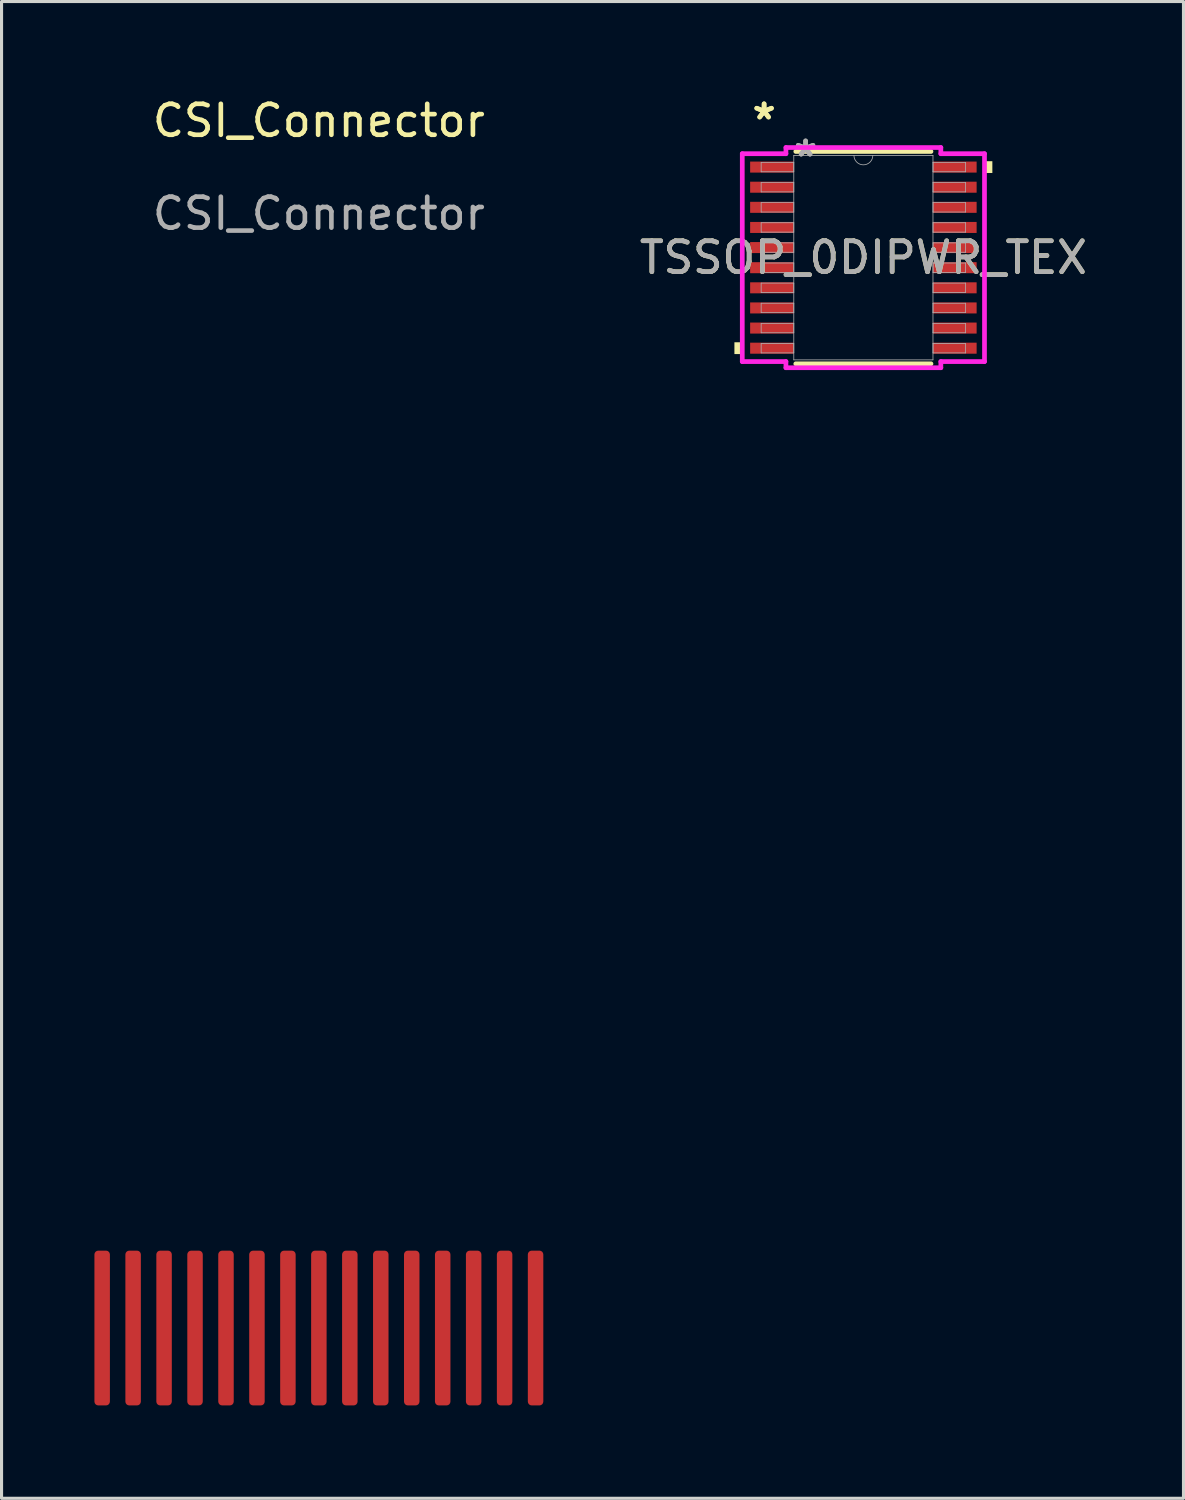
<source format=kicad_pcb>
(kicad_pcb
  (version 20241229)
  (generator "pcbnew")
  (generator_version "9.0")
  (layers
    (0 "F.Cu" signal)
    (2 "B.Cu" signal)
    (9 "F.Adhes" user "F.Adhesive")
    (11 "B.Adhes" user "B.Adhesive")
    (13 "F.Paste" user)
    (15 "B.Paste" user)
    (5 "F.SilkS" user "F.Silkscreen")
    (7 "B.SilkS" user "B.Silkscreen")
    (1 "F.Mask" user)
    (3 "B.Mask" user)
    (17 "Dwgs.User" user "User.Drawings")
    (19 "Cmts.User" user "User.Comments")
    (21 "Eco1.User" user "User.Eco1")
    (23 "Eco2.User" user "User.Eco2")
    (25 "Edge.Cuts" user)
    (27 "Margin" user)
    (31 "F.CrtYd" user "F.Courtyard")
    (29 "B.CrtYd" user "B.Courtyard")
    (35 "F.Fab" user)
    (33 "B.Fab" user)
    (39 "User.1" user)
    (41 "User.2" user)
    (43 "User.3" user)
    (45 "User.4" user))
  (footprint "CSI_Connector"
    (layer "F.Cu")
    (at 7.25 39.848)
    (property "Reference" "CSI_Connector" (at 0 -39 0) (unlocked yes) (layer "F.SilkS") (effects (font (size 1 1) (thickness 0.15))))
    (attr smd)
    (fp_text user "${REFERENCE}" (at 0 -36 0) (unlocked yes) (layer "F.Fab") (effects (font (size 1 1) (thickness 0.15))))
    (pad "1" smd roundrect (at -7 0) (size 0.5 5) (layers "F.Cu" "F.Mask" "F.Paste") (roundrect_rratio 0.25))
    (pad "1" smd roundrect (at -6 0) (size 0.5 5) (layers "F.Cu" "F.Mask" "F.Paste") (roundrect_rratio 0.25))
    (pad "1" smd roundrect (at -5 0) (size 0.5 5) (layers "F.Cu" "F.Mask" "F.Paste") (roundrect_rratio 0.25))
    (pad "1" smd roundrect (at -4 0) (size 0.5 5) (layers "F.Cu" "F.Mask" "F.Paste") (roundrect_rratio 0.25))
    (pad "1" smd roundrect (at -3 0) (size 0.5 5) (layers "F.Cu" "F.Mask" "F.Paste") (roundrect_rratio 0.25))
    (pad "1" smd roundrect (at -2 0) (size 0.5 5) (layers "F.Cu" "F.Mask" "F.Paste") (roundrect_rratio 0.25))
    (pad "1" smd roundrect (at -1 0) (size 0.5 5) (layers "F.Cu" "F.Mask" "F.Paste") (roundrect_rratio 0.25))
    (pad "1" smd roundrect (at 0 0) (size 0.5 5) (layers "F.Cu" "F.Mask" "F.Paste") (roundrect_rratio 0.25))
    (pad "1" smd roundrect (at 1 0) (size 0.5 5) (layers "F.Cu" "F.Mask" "F.Paste") (roundrect_rratio 0.25))
    (pad "1" smd roundrect (at 2 0) (size 0.5 5) (layers "F.Cu" "F.Mask" "F.Paste") (roundrect_rratio 0.25))
    (pad "1" smd roundrect (at 3 0) (size 0.5 5) (layers "F.Cu" "F.Mask" "F.Paste") (roundrect_rratio 0.25))
    (pad "1" smd roundrect (at 4 0) (size 0.5 5) (layers "F.Cu" "F.Mask" "F.Paste") (roundrect_rratio 0.25))
    (pad "1" smd roundrect (at 5 0) (size 0.5 5) (layers "F.Cu" "F.Mask" "F.Paste") (roundrect_rratio 0.25))
    (pad "1" smd roundrect (at 6 0) (size 0.5 5) (layers "F.Cu" "F.Mask" "F.Paste") (roundrect_rratio 0.25))
    (pad "1" smd roundrect (at 7 0) (size 0.5 5) (layers "F.Cu" "F.Mask" "F.Paste") (roundrect_rratio 0.25)))
  (footprint "TSSOP_0DIPWR_TEX"
    (layer "F.Cu")
    (at 24.839 5.272)
    (property "Reference" "TSSOP_0DIPWR_TEX" (at 0 0 0) (unlocked yes) (layer "F.SilkS") (effects (font (size 1 1) (thickness 0.15))))
    (attr smd)
    (fp_line (start -2.183 3.429) (end 2.183 3.429) (stroke (width 0.152) (type solid)) (layer "F.SilkS"))
    (fp_line (start 2.183 -3.429) (end -2.183 -3.429) (stroke (width 0.152) (type solid)) (layer "F.SilkS"))
    (fp_poly (pts (xy -4.166 2.734) (xy -4.166 3.115) (xy -3.912 3.115) (xy -3.912 2.734)) (stroke (width 0) (type solid)) (fill yes) (layer "F.SilkS"))
    (fp_poly (pts (xy 4.166 -3.115) (xy 4.166 -2.734) (xy 3.912 -2.734) (xy 3.912 -3.115)) (stroke (width 0) (type solid)) (fill yes) (layer "F.SilkS"))
    (fp_line (start -3.912 -3.357) (end -2.502 -3.357) (stroke (width 0.152) (type solid)) (layer "F.CrtYd"))
    (fp_line (start -3.912 3.357) (end -3.912 -3.357) (stroke (width 0.152) (type solid)) (layer "F.CrtYd"))
    (fp_line (start -3.912 3.357) (end -2.502 3.357) (stroke (width 0.152) (type solid)) (layer "F.CrtYd"))
    (fp_line (start -2.502 -3.556) (end 2.502 -3.556) (stroke (width 0.152) (type solid)) (layer "F.CrtYd"))
    (fp_line (start -2.502 -3.357) (end -2.502 -3.556) (stroke (width 0.152) (type solid)) (layer "F.CrtYd"))
    (fp_line (start -2.502 3.556) (end -2.502 3.357) (stroke (width 0.152) (type solid)) (layer "F.CrtYd"))
    (fp_line (start 2.502 -3.556) (end 2.502 -3.357) (stroke (width 0.152) (type solid)) (layer "F.CrtYd"))
    (fp_line (start 2.502 3.357) (end 2.502 3.556) (stroke (width 0.152) (type solid)) (layer "F.CrtYd"))
    (fp_line (start 2.502 3.556) (end -2.502 3.556) (stroke (width 0.152) (type solid)) (layer "F.CrtYd"))
    (fp_line (start 3.912 -3.357) (end 2.502 -3.357) (stroke (width 0.152) (type solid)) (layer "F.CrtYd"))
    (fp_line (start 3.912 -3.357) (end 3.912 3.357) (stroke (width 0.152) (type solid)) (layer "F.CrtYd"))
    (fp_line (start 3.912 3.357) (end 2.502 3.357) (stroke (width 0.152) (type solid)) (layer "F.CrtYd"))
    (fp_line (start -3.302 -3.077) (end -3.302 -2.773) (stroke (width 0.025) (type solid)) (layer "F.Fab"))
    (fp_line (start -3.302 -2.773) (end -2.248 -2.773) (stroke (width 0.025) (type solid)) (layer "F.Fab"))
    (fp_line (start -3.302 -2.427) (end -3.302 -2.123) (stroke (width 0.025) (type solid)) (layer "F.Fab"))
    (fp_line (start -3.302 -2.123) (end -2.248 -2.123) (stroke (width 0.025) (type solid)) (layer "F.Fab"))
    (fp_line (start -3.302 -1.777) (end -3.302 -1.473) (stroke (width 0.025) (type solid)) (layer "F.Fab"))
    (fp_line (start -3.302 -1.473) (end -2.248 -1.473) (stroke (width 0.025) (type solid)) (layer "F.Fab"))
    (fp_line (start -3.302 -1.127) (end -3.302 -0.823) (stroke (width 0.025) (type solid)) (layer "F.Fab"))
    (fp_line (start -3.302 -0.823) (end -2.248 -0.823) (stroke (width 0.025) (type solid)) (layer "F.Fab"))
    (fp_line (start -3.302 -0.477) (end -3.302 -0.173) (stroke (width 0.025) (type solid)) (layer "F.Fab"))
    (fp_line (start -3.302 -0.173) (end -2.248 -0.173) (stroke (width 0.025) (type solid)) (layer "F.Fab"))
    (fp_line (start -3.302 0.173) (end -3.302 0.477) (stroke (width 0.025) (type solid)) (layer "F.Fab"))
    (fp_line (start -3.302 0.477) (end -2.248 0.477) (stroke (width 0.025) (type solid)) (layer "F.Fab"))
    (fp_line (start -3.302 0.823) (end -3.302 1.127) (stroke (width 0.025) (type solid)) (layer "F.Fab"))
    (fp_line (start -3.302 1.127) (end -2.248 1.127) (stroke (width 0.025) (type solid)) (layer "F.Fab"))
    (fp_line (start -3.302 1.473) (end -3.302 1.777) (stroke (width 0.025) (type solid)) (layer "F.Fab"))
    (fp_line (start -3.302 1.777) (end -2.248 1.777) (stroke (width 0.025) (type solid)) (layer "F.Fab"))
    (fp_line (start -3.302 2.123) (end -3.302 2.427) (stroke (width 0.025) (type solid)) (layer "F.Fab"))
    (fp_line (start -3.302 2.427) (end -2.248 2.427) (stroke (width 0.025) (type solid)) (layer "F.Fab"))
    (fp_line (start -3.302 2.773) (end -3.302 3.077) (stroke (width 0.025) (type solid)) (layer "F.Fab"))
    (fp_line (start -3.302 3.077) (end -2.248 3.077) (stroke (width 0.025) (type solid)) (layer "F.Fab"))
    (fp_line (start -2.248 -3.302) (end -2.248 3.302) (stroke (width 0.025) (type solid)) (layer "F.Fab"))
    (fp_line (start -2.248 -3.077) (end -3.302 -3.077) (stroke (width 0.025) (type solid)) (layer "F.Fab"))
    (fp_line (start -2.248 -2.773) (end -2.248 -3.077) (stroke (width 0.025) (type solid)) (layer "F.Fab"))
    (fp_line (start -2.248 -2.427) (end -3.302 -2.427) (stroke (width 0.025) (type solid)) (layer "F.Fab"))
    (fp_line (start -2.248 -2.123) (end -2.248 -2.427) (stroke (width 0.025) (type solid)) (layer "F.Fab"))
    (fp_line (start -2.248 -1.777) (end -3.302 -1.777) (stroke (width 0.025) (type solid)) (layer "F.Fab"))
    (fp_line (start -2.248 -1.473) (end -2.248 -1.777) (stroke (width 0.025) (type solid)) (layer "F.Fab"))
    (fp_line (start -2.248 -1.127) (end -3.302 -1.127) (stroke (width 0.025) (type solid)) (layer "F.Fab"))
    (fp_line (start -2.248 -0.823) (end -2.248 -1.127) (stroke (width 0.025) (type solid)) (layer "F.Fab"))
    (fp_line (start -2.248 -0.477) (end -3.302 -0.477) (stroke (width 0.025) (type solid)) (layer "F.Fab"))
    (fp_line (start -2.248 -0.173) (end -2.248 -0.477) (stroke (width 0.025) (type solid)) (layer "F.Fab"))
    (fp_line (start -2.248 0.173) (end -3.302 0.173) (stroke (width 0.025) (type solid)) (layer "F.Fab"))
    (fp_line (start -2.248 0.477) (end -2.248 0.173) (stroke (width 0.025) (type solid)) (layer "F.Fab"))
    (fp_line (start -2.248 0.823) (end -3.302 0.823) (stroke (width 0.025) (type solid)) (layer "F.Fab"))
    (fp_line (start -2.248 1.127) (end -2.248 0.823) (stroke (width 0.025) (type solid)) (layer "F.Fab"))
    (fp_line (start -2.248 1.473) (end -3.302 1.473) (stroke (width 0.025) (type solid)) (layer "F.Fab"))
    (fp_line (start -2.248 1.777) (end -2.248 1.473) (stroke (width 0.025) (type solid)) (layer "F.Fab"))
    (fp_line (start -2.248 2.123) (end -3.302 2.123) (stroke (width 0.025) (type solid)) (layer "F.Fab"))
    (fp_line (start -2.248 2.427) (end -2.248 2.123) (stroke (width 0.025) (type solid)) (layer "F.Fab"))
    (fp_line (start -2.248 2.773) (end -3.302 2.773) (stroke (width 0.025) (type solid)) (layer "F.Fab"))
    (fp_line (start -2.248 3.077) (end -2.248 2.773) (stroke (width 0.025) (type solid)) (layer "F.Fab"))
    (fp_line (start -2.248 3.302) (end 2.248 3.302) (stroke (width 0.025) (type solid)) (layer "F.Fab"))
    (fp_line (start 2.248 -3.302) (end -2.248 -3.302) (stroke (width 0.025) (type solid)) (layer "F.Fab"))
    (fp_line (start 2.248 -3.077) (end 2.248 -2.773) (stroke (width 0.025) (type solid)) (layer "F.Fab"))
    (fp_line (start 2.248 -2.773) (end 3.302 -2.773) (stroke (width 0.025) (type solid)) (layer "F.Fab"))
    (fp_line (start 2.248 -2.427) (end 2.248 -2.123) (stroke (width 0.025) (type solid)) (layer "F.Fab"))
    (fp_line (start 2.248 -2.123) (end 3.302 -2.123) (stroke (width 0.025) (type solid)) (layer "F.Fab"))
    (fp_line (start 2.248 -1.777) (end 2.248 -1.473) (stroke (width 0.025) (type solid)) (layer "F.Fab"))
    (fp_line (start 2.248 -1.473) (end 3.302 -1.473) (stroke (width 0.025) (type solid)) (layer "F.Fab"))
    (fp_line (start 2.248 -1.127) (end 2.248 -0.823) (stroke (width 0.025) (type solid)) (layer "F.Fab"))
    (fp_line (start 2.248 -0.823) (end 3.302 -0.823) (stroke (width 0.025) (type solid)) (layer "F.Fab"))
    (fp_line (start 2.248 -0.477) (end 2.248 -0.173) (stroke (width 0.025) (type solid)) (layer "F.Fab"))
    (fp_line (start 2.248 -0.173) (end 3.302 -0.173) (stroke (width 0.025) (type solid)) (layer "F.Fab"))
    (fp_line (start 2.248 0.173) (end 2.248 0.477) (stroke (width 0.025) (type solid)) (layer "F.Fab"))
    (fp_line (start 2.248 0.477) (end 3.302 0.477) (stroke (width 0.025) (type solid)) (layer "F.Fab"))
    (fp_line (start 2.248 0.823) (end 2.248 1.127) (stroke (width 0.025) (type solid)) (layer "F.Fab"))
    (fp_line (start 2.248 1.127) (end 3.302 1.127) (stroke (width 0.025) (type solid)) (layer "F.Fab"))
    (fp_line (start 2.248 1.473) (end 2.248 1.777) (stroke (width 0.025) (type solid)) (layer "F.Fab"))
    (fp_line (start 2.248 1.777) (end 3.302 1.777) (stroke (width 0.025) (type solid)) (layer "F.Fab"))
    (fp_line (start 2.248 2.123) (end 2.248 2.427) (stroke (width 0.025) (type solid)) (layer "F.Fab"))
    (fp_line (start 2.248 2.427) (end 3.302 2.427) (stroke (width 0.025) (type solid)) (layer "F.Fab"))
    (fp_line (start 2.248 2.773) (end 2.248 3.077) (stroke (width 0.025) (type solid)) (layer "F.Fab"))
    (fp_line (start 2.248 3.077) (end 3.302 3.077) (stroke (width 0.025) (type solid)) (layer "F.Fab"))
    (fp_line (start 2.248 3.302) (end 2.248 -3.302) (stroke (width 0.025) (type solid)) (layer "F.Fab"))
    (fp_line (start 3.302 -3.077) (end 2.248 -3.077) (stroke (width 0.025) (type solid)) (layer "F.Fab"))
    (fp_line (start 3.302 -2.773) (end 3.302 -3.077) (stroke (width 0.025) (type solid)) (layer "F.Fab"))
    (fp_line (start 3.302 -2.427) (end 2.248 -2.427) (stroke (width 0.025) (type solid)) (layer "F.Fab"))
    (fp_line (start 3.302 -2.123) (end 3.302 -2.427) (stroke (width 0.025) (type solid)) (layer "F.Fab"))
    (fp_line (start 3.302 -1.777) (end 2.248 -1.777) (stroke (width 0.025) (type solid)) (layer "F.Fab"))
    (fp_line (start 3.302 -1.473) (end 3.302 -1.777) (stroke (width 0.025) (type solid)) (layer "F.Fab"))
    (fp_line (start 3.302 -1.127) (end 2.248 -1.127) (stroke (width 0.025) (type solid)) (layer "F.Fab"))
    (fp_line (start 3.302 -0.823) (end 3.302 -1.127) (stroke (width 0.025) (type solid)) (layer "F.Fab"))
    (fp_line (start 3.302 -0.477) (end 2.248 -0.477) (stroke (width 0.025) (type solid)) (layer "F.Fab"))
    (fp_line (start 3.302 -0.173) (end 3.302 -0.477) (stroke (width 0.025) (type solid)) (layer "F.Fab"))
    (fp_line (start 3.302 0.173) (end 2.248 0.173) (stroke (width 0.025) (type solid)) (layer "F.Fab"))
    (fp_line (start 3.302 0.477) (end 3.302 0.173) (stroke (width 0.025) (type solid)) (layer "F.Fab"))
    (fp_line (start 3.302 0.823) (end 2.248 0.823) (stroke (width 0.025) (type solid)) (layer "F.Fab"))
    (fp_line (start 3.302 1.127) (end 3.302 0.823) (stroke (width 0.025) (type solid)) (layer "F.Fab"))
    (fp_line (start 3.302 1.473) (end 2.248 1.473) (stroke (width 0.025) (type solid)) (layer "F.Fab"))
    (fp_line (start 3.302 1.777) (end 3.302 1.473) (stroke (width 0.025) (type solid)) (layer "F.Fab"))
    (fp_line (start 3.302 2.123) (end 2.248 2.123) (stroke (width 0.025) (type solid)) (layer "F.Fab"))
    (fp_line (start 3.302 2.427) (end 3.302 2.123) (stroke (width 0.025) (type solid)) (layer "F.Fab"))
    (fp_line (start 3.302 2.773) (end 2.248 2.773) (stroke (width 0.025) (type solid)) (layer "F.Fab"))
    (fp_line (start 3.302 3.077) (end 3.302 2.773) (stroke (width 0.025) (type solid)) (layer "F.Fab"))
    (fp_arc (start 0.3048 -3.302) (mid 0 -2.9972) (end -0.3048 -3.302) (stroke (width 0.0254) (type solid)) (layer "F.Fab"))
    (fp_text user "*" (at -3.207 -4.424 0) (layer "F.SilkS") (effects (font (size 1 1) (thickness 0.15))))
    (fp_text user "*" (at -3.207 -4.424 0) (unlocked yes) (layer "F.SilkS") (effects (font (size 1 1) (thickness 0.15))))
    (fp_text user "${REFERENCE}" (at 0 0 0) (unlocked yes) (layer "F.Fab") (effects (font (size 1 1) (thickness 0.15))))
    (fp_text user "*" (at -1.867 -3.226 0) (layer "F.Fab") (effects (font (size 1 1) (thickness 0.15))))
    (fp_text user "*" (at -1.867 -3.226 0) (unlocked yes) (layer "F.Fab") (effects (font (size 1 1) (thickness 0.15))))
    (pad "1" smd rect (at -2.953 -2.925) (size 1.41 0.356) (layers "F.Cu" "F.Mask" "F.Paste"))
    (pad "2" smd rect (at -2.953 -2.275) (size 1.41 0.356) (layers "F.Cu" "F.Mask" "F.Paste"))
    (pad "3" smd rect (at -2.953 -1.625) (size 1.41 0.356) (layers "F.Cu" "F.Mask" "F.Paste"))
    (pad "4" smd rect (at -2.953 -0.975) (size 1.41 0.356) (layers "F.Cu" "F.Mask" "F.Paste"))
    (pad "5" smd rect (at -2.953 -0.325) (size 1.41 0.356) (layers "F.Cu" "F.Mask" "F.Paste"))
    (pad "6" smd rect (at -2.953 0.325) (size 1.41 0.356) (layers "F.Cu" "F.Mask" "F.Paste"))
    (pad "7" smd rect (at -2.953 0.975) (size 1.41 0.356) (layers "F.Cu" "F.Mask" "F.Paste"))
    (pad "8" smd rect (at -2.953 1.625) (size 1.41 0.356) (layers "F.Cu" "F.Mask" "F.Paste"))
    (pad "9" smd rect (at -2.953 2.275) (size 1.41 0.356) (layers "F.Cu" "F.Mask" "F.Paste"))
    (pad "10" smd rect (at -2.953 2.925) (size 1.41 0.356) (layers "F.Cu" "F.Mask" "F.Paste"))
    (pad "11" smd rect (at 2.953 2.925) (size 1.41 0.356) (layers "F.Cu" "F.Mask" "F.Paste"))
    (pad "12" smd rect (at 2.953 2.275) (size 1.41 0.356) (layers "F.Cu" "F.Mask" "F.Paste"))
    (pad "13" smd rect (at 2.953 1.625) (size 1.41 0.356) (layers "F.Cu" "F.Mask" "F.Paste"))
    (pad "14" smd rect (at 2.953 0.975) (size 1.41 0.356) (layers "F.Cu" "F.Mask" "F.Paste"))
    (pad "15" smd rect (at 2.953 0.325) (size 1.41 0.356) (layers "F.Cu" "F.Mask" "F.Paste"))
    (pad "16" smd rect (at 2.953 -0.325) (size 1.41 0.356) (layers "F.Cu" "F.Mask" "F.Paste"))
    (pad "17" smd rect (at 2.953 -0.975) (size 1.41 0.356) (layers "F.Cu" "F.Mask" "F.Paste"))
    (pad "18" smd rect (at 2.953 -1.625) (size 1.41 0.356) (layers "F.Cu" "F.Mask" "F.Paste"))
    (pad "19" smd rect (at 2.953 -2.275) (size 1.41 0.356) (layers "F.Cu" "F.Mask" "F.Paste"))
    (pad "20" smd rect (at 2.953 -2.925) (size 1.41 0.356) (layers "F.Cu" "F.Mask" "F.Paste")))
  (gr_rect
    (start -3 -3)
    (end 35.179 45.348)
    (stroke (width 0.1) (type default))
    (fill no)
    (layer "Edge.Cuts")))
</source>
